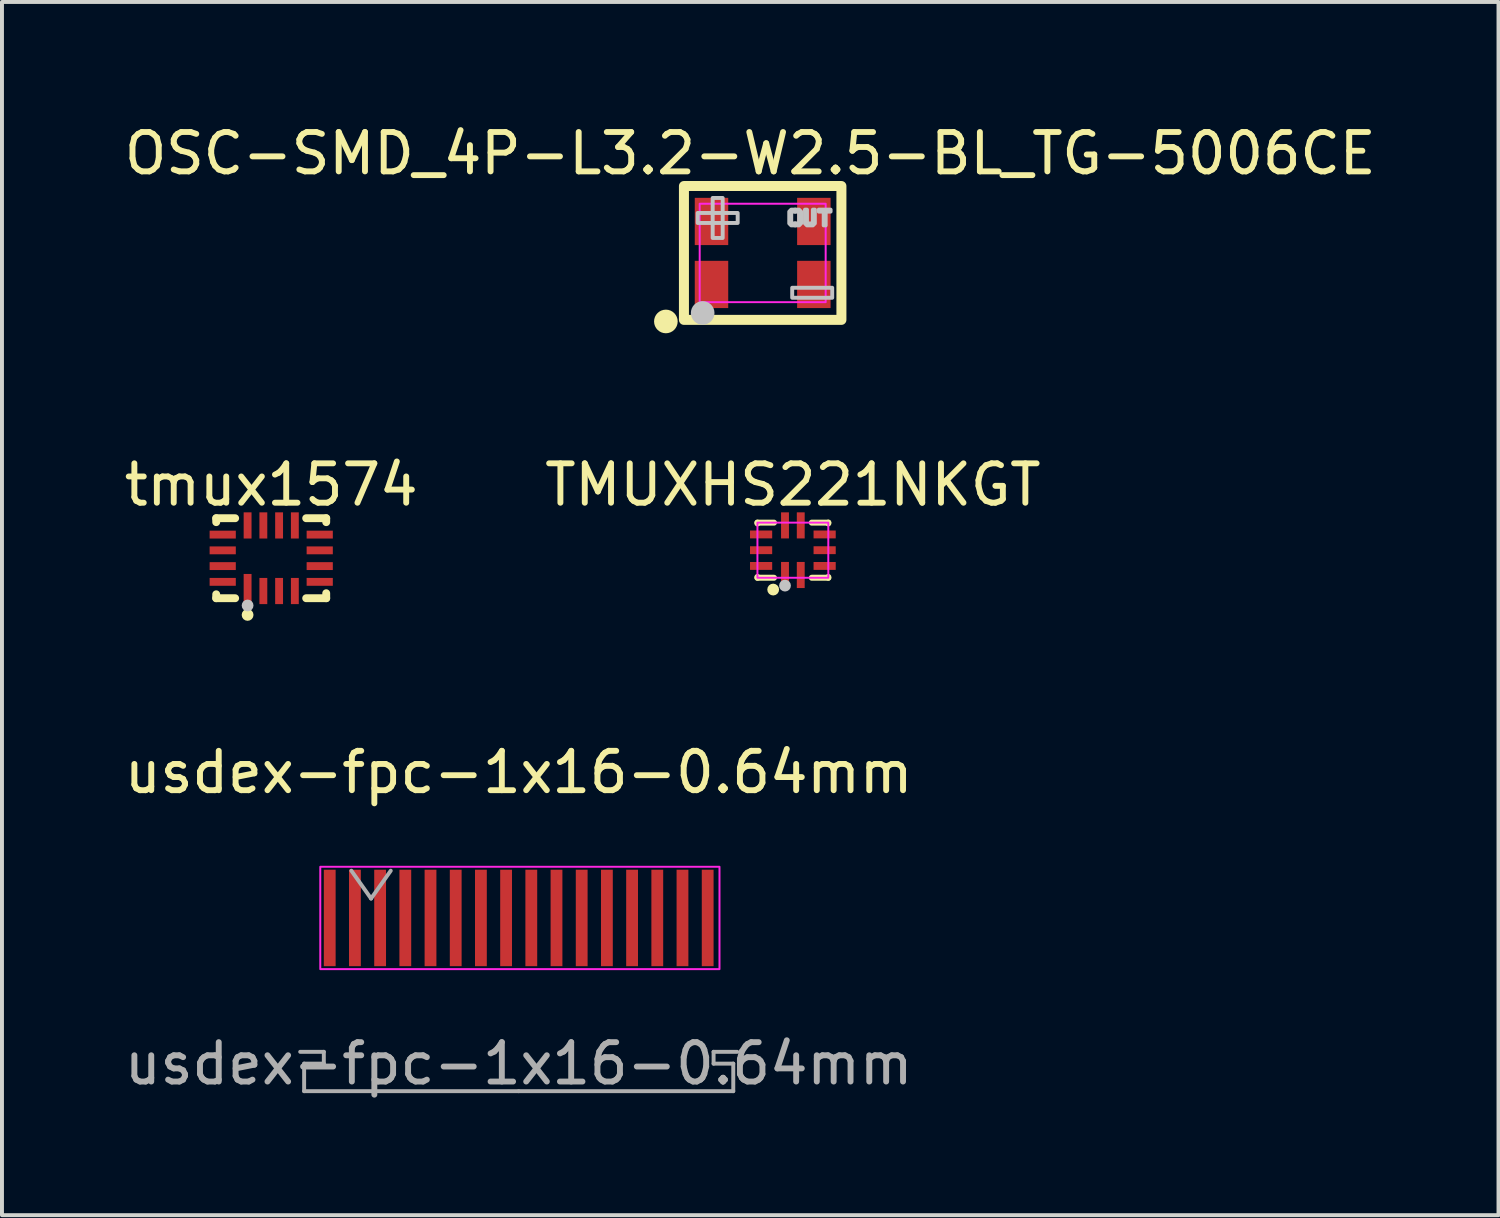
<source format=kicad_pcb>
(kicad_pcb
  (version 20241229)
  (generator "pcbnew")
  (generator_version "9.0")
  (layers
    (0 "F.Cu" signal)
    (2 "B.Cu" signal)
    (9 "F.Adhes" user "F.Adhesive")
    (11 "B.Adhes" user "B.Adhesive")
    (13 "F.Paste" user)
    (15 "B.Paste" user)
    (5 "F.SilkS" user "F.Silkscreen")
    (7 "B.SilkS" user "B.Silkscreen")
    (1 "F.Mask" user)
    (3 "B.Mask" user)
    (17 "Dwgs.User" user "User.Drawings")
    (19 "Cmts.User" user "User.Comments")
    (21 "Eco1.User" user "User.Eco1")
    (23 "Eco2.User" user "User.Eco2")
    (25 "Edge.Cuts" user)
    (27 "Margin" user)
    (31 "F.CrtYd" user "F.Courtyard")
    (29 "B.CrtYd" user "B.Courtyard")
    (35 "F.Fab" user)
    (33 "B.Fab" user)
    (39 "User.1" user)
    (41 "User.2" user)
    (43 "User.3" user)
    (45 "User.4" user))
  (footprint "OSC-SMD_4P-L3.2-W2.5-BL_TG-5006CE"
    (layer "F.Cu")
    (at 16.322 3.375)
    (property "Reference" "OSC-SMD_4P-L3.2-W2.5-BL_TG-5006CE" (at -0.316 -2.527 0) (layer "F.SilkS") (effects (font (size 1 1) (thickness 0.15))))
    (fp_rect (start -2 -1.7) (end 2 1.7) (stroke (width 0.254) (type default)) (fill no) (layer "F.SilkS"))
    (fp_arc (start -2.4575 1.59) (mid -2.45825 1.890003) (end -2.46 1.59) (stroke (width 0.3) (type default)) (layer "F.SilkS"))
    (fp_circle (center -1.524 1.524) (end -1.374 1.524) (stroke (width 0.3) (type default)) (fill no) (layer "Dwgs.User"))
    (fp_poly (pts (xy 1.425 -1.1) (xy 1.725 -1.1) (xy 1.725 -1.05) (xy 1.425 -1.05)) (stroke (width 0.1) (type default)) (fill no) (layer "Dwgs.User"))
    (fp_poly (pts (xy 1.55 -1.05) (xy 1.55 -0.7) (xy 1.6 -0.7) (xy 1.6 -1.05)) (stroke (width 0.1) (type default)) (fill no) (layer "Dwgs.User"))
    (fp_poly (pts (xy -1.524 -1.016) (xy -0.635 -1.016) (xy -0.635 -0.889) (xy -0.635 -0.762) (xy -1.651 -0.762) (xy -1.651 -1.016)) (stroke (width 0.1) (type default)) (fill no) (layer "Dwgs.User"))
    (fp_poly (pts (xy -1.27 -0.508) (xy -1.27 -1.397) (xy -1.143 -1.397) (xy -1.016 -1.397) (xy -1.016 -0.381) (xy -1.27 -0.381)) (stroke (width 0.1) (type default)) (fill no) (layer "Dwgs.User"))
    (fp_poly (pts (xy 0.876 0.884) (xy 1.766 0.884) (xy 1.766 1.011) (xy 1.766 1.138) (xy 0.75 1.138) (xy 0.75 0.884)) (stroke (width 0.1) (type default)) (fill no) (layer "Dwgs.User"))
    (fp_poly (pts (xy 1.075 -1.1) (xy 1.075 -0.75) (xy 1.125 -0.7) (xy 1.275 -0.7) (xy 1.325 -0.75) (xy 1.325 -1.1) (xy 1.275 -1.1) (xy 1.275 -0.75) (xy 1.125 -0.75) (xy 1.125 -1.1)) (stroke (width 0.1) (type default)) (fill no) (layer "Dwgs.User"))
    (fp_poly (pts (xy 0.725 -1.1) (xy 0.675 -1.05) (xy 0.675 -0.85) (xy 0.675 -0.75) (xy 0.725 -0.7) (xy 0.775 -0.7) (xy 0.825 -0.7) (xy 0.825 -0.75) (xy 0.725 -0.75) (xy 0.725 -1) (xy 0.725 -1.05) (xy 0.825 -1.05) (xy 0.825 -1.1)) (stroke (width 0.1) (type default)) (fill no) (layer "Dwgs.User"))
    (fp_poly (pts (xy 0.925 -0.7) (xy 0.975 -0.75) (xy 0.975 -0.95) (xy 0.975 -1.05) (xy 0.925 -1.1) (xy 0.875 -1.1) (xy 0.825 -1.1) (xy 0.825 -1.05) (xy 0.925 -1.05) (xy 0.925 -0.8) (xy 0.925 -0.75) (xy 0.825 -0.75) (xy 0.825 -0.7)) (stroke (width 0.1) (type default)) (fill no) (layer "Dwgs.User"))
    (fp_rect (start -1.6 -1.25) (end 1.6 1.25) (stroke (width 0.05) (type solid)) (fill no) (layer "F.CrtYd"))
    (fp_poly (pts (xy -1.6 1.1) (arc (start -1.58 1.1) (mid -1.473934 1.143934) (end -1.43 1.25)) (xy -1.33 1.25) (xy -1.36 1.17) (xy -0.94 1.17) (xy -0.94 0.92) (xy -1.13 0.92) (arc (start -1.16 0.92) (mid -1.251924 0.881924) (end -1.29 0.79)) (xy -1.29 0.53) (xy -1.53 0.73) (xy -1.53 1.04) (xy -1.6 1.01)) (stroke (width 0.1) (type default)) (fill no) (layer "User.1"))
    (fp_poly (pts (xy -1.43 -1.25) (xy -1.34 -1.25) (xy -1.36 -1.18) (xy -0.93 -1.18) (xy -0.93 -0.93) (arc (start -1.18 -0.93) (mid -1.257782 -0.897782) (end -1.29 -0.82)) (xy -1.29 -0.78) (xy -1.29 -0.52) (xy -1.53 -0.52) (xy -1.53 -1.05) (xy -1.6 -1.02) (xy -1.6 -1.11) (arc (start -1.58 -1.11) (mid -1.481005 -1.151005) (end -1.44 -1.25))) (stroke (width 0.1) (type default)) (fill no) (layer "User.1"))
    (fp_poly (pts (xy 1.43 -1.25) (xy 1.34 -1.25) (xy 1.36 -1.18) (xy 0.93 -1.18) (xy 0.93 -0.93) (arc (start 1.18 -0.93) (mid 1.257782 -0.897782) (end 1.29 -0.82)) (xy 1.29 -0.78) (xy 1.29 -0.52) (xy 1.53 -0.52) (xy 1.53 -1.05) (xy 1.6 -1.02) (xy 1.6 -1.11) (arc (start 1.58 -1.11) (mid 1.481005 -1.151005) (end 1.44 -1.25))) (stroke (width 0.1) (type default)) (fill no) (layer "User.1"))
    (fp_poly (pts (xy 1.43 1.25) (xy 1.34 1.25) (xy 1.36 1.18) (xy 0.93 1.18) (xy 0.93 0.93) (arc (start 1.18 0.93) (mid 1.257782 0.897782) (end 1.29 0.82)) (xy 1.29 0.78) (xy 1.29 0.52) (xy 1.53 0.52) (xy 1.53 1.05) (xy 1.6 1.02) (xy 1.6 1.11) (arc (start 1.58 1.11) (mid 1.481005 1.151005) (end 1.44 1.25))) (stroke (width 0.1) (type default)) (fill no) (layer "User.1"))
    (fp_line (start -1.6 -1.25) (end 1.6 -1.25) (stroke (width 0.051) (type default)) (layer "User.2"))
    (fp_line (start -1.6 1.25) (end -1.6 -1.25) (stroke (width 0.051) (type default)) (layer "User.2"))
    (fp_line (start 1.6 -1.25) (end 1.6 1.25) (stroke (width 0.051) (type default)) (layer "User.2"))
    (fp_line (start 1.6 1.25) (end -1.6 1.25) (stroke (width 0.051) (type default)) (layer "User.2"))
    (fp_poly (pts (xy -1.545 1.227) (xy -1.577 1.195) (xy -1.623 1.195) (xy -1.655 1.227) (xy -1.655 1.273) (xy -1.623 1.305) (xy -1.577 1.305) (xy -1.545 1.273)) (stroke (width 0.1) (type default)) (fill no) (layer "User.3"))
    (pad "1" smd rect (at -1.3 0.8) (size 0.85 1.2) (layers "F.Cu" "F.Mask" "F.Paste"))
    (pad "2" smd rect (at 1.3 0.8) (size 0.85 1.2) (layers "F.Cu" "F.Mask" "F.Paste"))
    (pad "3" smd rect (at 1.3 -0.8) (size 0.85 1.2) (layers "F.Cu" "F.Mask" "F.Paste"))
    (pad "4" smd rect (at -1.3 -0.8) (size 0.85 1.2) (layers "F.Cu" "F.Mask" "F.Paste")))
  (footprint "tmux1574"
    (layer "F.Cu")
    (at 3.839 11.129)
    (property "Reference" "tmux1574" (at 0 -1.865 0) (layer "F.SilkS") (effects (font (size 1 1) (thickness 0.15))))
    (fp_line (start -1.397 -1.016) (end -1.397 -0.916) (stroke (width 0.2) (type default)) (layer "F.SilkS"))
    (fp_line (start -1.397 0.916) (end -1.397 1.016) (stroke (width 0.2) (type default)) (layer "F.SilkS"))
    (fp_line (start -1.397 1.016) (end -0.916 1.016) (stroke (width 0.2) (type default)) (layer "F.SilkS"))
    (fp_line (start -0.916 -1.016) (end -1.397 -1.016) (stroke (width 0.2) (type default)) (layer "F.SilkS"))
    (fp_line (start 0.888 -1.016) (end 1.397 -1.016) (stroke (width 0.2) (type default)) (layer "F.SilkS"))
    (fp_line (start 1.397 -1.016) (end 1.397 -0.916) (stroke (width 0.2) (type default)) (layer "F.SilkS"))
    (fp_line (start 1.397 0.889) (end 1.397 1.016) (stroke (width 0.2) (type default)) (layer "F.SilkS"))
    (fp_line (start 1.397 1.016) (end 0.888 1.016) (stroke (width 0.2) (type default)) (layer "F.SilkS"))
    (fp_circle (center -0.6 1.44) (end -0.525 1.44) (stroke (width 0.15) (type default)) (fill no) (layer "F.SilkS"))
    (fp_circle (center -0.6 1.2) (end -0.525 1.2) (stroke (width 0.15) (type default)) (fill no) (layer "Dwgs.User"))
    (fp_poly (pts (xy -0.9 -0.5) (xy -0.9 -0.7) (xy -1.3 -0.7) (xy -1.3 -0.5)) (stroke (width 0.1) (type default)) (fill no) (layer "User.1"))
    (fp_poly (pts (xy -0.9 -0.1) (xy -0.9 -0.3) (xy -1.3 -0.3) (xy -1.3 -0.1)) (stroke (width 0.1) (type default)) (fill no) (layer "User.1"))
    (fp_poly (pts (xy -0.9 0.3) (xy -0.9 0.1) (xy -1.3 0.1) (xy -1.3 0.3)) (stroke (width 0.1) (type default)) (fill no) (layer "User.1"))
    (fp_poly (pts (xy -0.9 0.7) (xy -0.9 0.5) (xy -1.3 0.5) (xy -1.3 0.7)) (stroke (width 0.1) (type default)) (fill no) (layer "User.1"))
    (fp_poly (pts (xy -0.701 -0.9) (xy -0.701 -0.5) (xy -0.5 -0.5) (xy -0.5 -0.9)) (stroke (width 0.1) (type default)) (fill no) (layer "User.1"))
    (fp_poly (pts (xy -0.701 0.9) (xy -0.5 0.9) (xy -0.5 0.4) (xy -0.701 0.4)) (stroke (width 0.1) (type default)) (fill no) (layer "User.1"))
    (fp_poly (pts (xy -0.3 -0.9) (xy -0.3 -0.5) (xy -0.101 -0.5) (xy -0.101 -0.9)) (stroke (width 0.1) (type default)) (fill no) (layer "User.1"))
    (fp_poly (pts (xy -0.3 0.9) (xy -0.3 0.5) (xy -0.101 0.5) (xy -0.101 0.9)) (stroke (width 0.1) (type default)) (fill no) (layer "User.1"))
    (fp_poly (pts (xy 0.1 -0.9) (xy 0.1 -0.5) (xy 0.299 -0.5) (xy 0.299 -0.9)) (stroke (width 0.1) (type default)) (fill no) (layer "User.1"))
    (fp_poly (pts (xy 0.1 0.9) (xy 0.1 0.5) (xy 0.299 0.5) (xy 0.299 0.9)) (stroke (width 0.1) (type default)) (fill no) (layer "User.1"))
    (fp_poly (pts (xy 0.499 -0.9) (xy 0.499 -0.5) (xy 0.7 -0.5) (xy 0.7 -0.9)) (stroke (width 0.1) (type default)) (fill no) (layer "User.1"))
    (fp_poly (pts (xy 0.499 0.9) (xy 0.499 0.5) (xy 0.7 0.5) (xy 0.7 0.9)) (stroke (width 0.1) (type default)) (fill no) (layer "User.1"))
    (fp_poly (pts (xy 0.899 -0.5) (xy 0.899 -0.7) (xy 1.3 -0.7) (xy 1.3 -0.5)) (stroke (width 0.1) (type default)) (fill no) (layer "User.1"))
    (fp_poly (pts (xy 0.899 -0.1) (xy 0.899 -0.3) (xy 1.3 -0.3) (xy 1.3 -0.1)) (stroke (width 0.1) (type default)) (fill no) (layer "User.1"))
    (fp_poly (pts (xy 0.899 0.3) (xy 0.899 0.1) (xy 1.3 0.1) (xy 1.3 0.3)) (stroke (width 0.1) (type default)) (fill no) (layer "User.1"))
    (fp_poly (pts (xy 0.899 0.7) (xy 0.899 0.5) (xy 1.3 0.5) (xy 1.3 0.7)) (stroke (width 0.1) (type default)) (fill no) (layer "User.1"))
    (fp_line (start -1.3 -0.9) (end 1.3 -0.9) (stroke (width 0.051) (type default)) (layer "User.2"))
    (fp_line (start -1.3 0.9) (end -1.3 -0.9) (stroke (width 0.051) (type default)) (layer "User.2"))
    (fp_line (start 1.3 -0.9) (end 1.3 0.9) (stroke (width 0.051) (type default)) (layer "User.2"))
    (fp_line (start 1.3 0.9) (end -1.3 0.9) (stroke (width 0.051) (type default)) (layer "User.2"))
    (fp_poly (pts (xy -1.245 0.877) (xy -1.277 0.845) (xy -1.323 0.845) (xy -1.355 0.877) (xy -1.355 0.923) (xy -1.323 0.955) (xy -1.277 0.955) (xy -1.245 0.923)) (stroke (width 0.1) (type default)) (fill no) (layer "User.3"))
    (pad "1" smd rect (at -0.6 0.782) (size 0.2 0.765) (layers "F.Cu" "F.Mask" "F.Paste"))
    (pad "2" smd rect (at -0.2 0.833) (size 0.2 0.665) (layers "F.Cu" "F.Mask" "F.Paste"))
    (pad "3" smd rect (at 0.2 0.833) (size 0.2 0.665) (layers "F.Cu" "F.Mask" "F.Paste"))
    (pad "4" smd rect (at 0.6 0.833) (size 0.2 0.665) (layers "F.Cu" "F.Mask" "F.Paste"))
    (pad "5" smd rect (at 1.232 0.6) (size 0.665 0.2) (layers "F.Cu" "F.Mask" "F.Paste"))
    (pad "6" smd rect (at 1.232 0.2) (size 0.665 0.2) (layers "F.Cu" "F.Mask" "F.Paste"))
    (pad "7" smd rect (at 1.232 -0.2) (size 0.665 0.2) (layers "F.Cu" "F.Mask" "F.Paste"))
    (pad "8" smd rect (at 1.232 -0.6) (size 0.665 0.2) (layers "F.Cu" "F.Mask" "F.Paste"))
    (pad "9" smd rect (at 0.6 -0.833) (size 0.2 0.665) (layers "F.Cu" "F.Mask" "F.Paste"))
    (pad "10" smd rect (at 0.2 -0.833) (size 0.2 0.665) (layers "F.Cu" "F.Mask" "F.Paste"))
    (pad "11" smd rect (at -0.2 -0.833) (size 0.2 0.665) (layers "F.Cu" "F.Mask" "F.Paste"))
    (pad "12" smd rect (at -0.6 -0.833) (size 0.2 0.665) (layers "F.Cu" "F.Mask" "F.Paste"))
    (pad "13" smd rect (at -1.232 -0.6) (size 0.665 0.2) (layers "F.Cu" "F.Mask" "F.Paste"))
    (pad "14" smd rect (at -1.232 -0.2) (size 0.665 0.2) (layers "F.Cu" "F.Mask" "F.Paste"))
    (pad "15" smd rect (at -1.232 0.2) (size 0.665 0.2) (layers "F.Cu" "F.Mask" "F.Paste"))
    (pad "16" smd rect (at -1.232 0.6) (size 0.665 0.2) (layers "F.Cu" "F.Mask" "F.Paste")))
  (footprint "TMUXHS221NKGT"
    (layer "F.Cu")
    (at 17.089 10.925)
    (property "Reference" "TMUXHS221NKGT" (at 0 -1.661 0) (layer "F.SilkS") (effects (font (size 1 1) (thickness 0.15))))
    (fp_line (start -0.9 -0.7) (end -0.9 -0.68) (stroke (width 0.152) (type default)) (layer "F.SilkS"))
    (fp_line (start -0.9 0.68) (end -0.9 0.7) (stroke (width 0.152) (type default)) (layer "F.SilkS"))
    (fp_line (start -0.9 0.7) (end -0.48 0.7) (stroke (width 0.152) (type default)) (layer "F.SilkS"))
    (fp_line (start -0.48 -0.7) (end -0.9 -0.7) (stroke (width 0.152) (type default)) (layer "F.SilkS"))
    (fp_line (start 0.48 0.7) (end 0.9 0.7) (stroke (width 0.152) (type default)) (layer "F.SilkS"))
    (fp_line (start 0.9 -0.7) (end 0.48 -0.7) (stroke (width 0.152) (type default)) (layer "F.SilkS"))
    (fp_line (start 0.9 -0.68) (end 0.9 -0.7) (stroke (width 0.152) (type default)) (layer "F.SilkS"))
    (fp_line (start 0.9 0.7) (end 0.9 0.68) (stroke (width 0.152) (type default)) (layer "F.SilkS"))
    (fp_circle (center -0.5 1) (end -0.425 1) (stroke (width 0.15) (type default)) (fill no) (layer "F.SilkS"))
    (fp_circle (center -0.2 0.9) (end -0.125 0.9) (stroke (width 0.15) (type default)) (fill no) (layer "Dwgs.User"))
    (fp_rect (start -0.9 -0.7) (end 0.9 0.7) (stroke (width 0.05) (type default)) (fill no) (layer "F.CrtYd"))
    (fp_poly (pts (xy -0.9 -0.5) (xy -0.5 -0.5) (xy -0.5 -0.3) (xy -0.9 -0.3)) (stroke (width 0.1) (type default)) (fill no) (layer "User.1"))
    (fp_poly (pts (xy -0.9 -0.1) (xy -0.5 -0.1) (xy -0.5 0.1) (xy -0.9 0.1)) (stroke (width 0.1) (type default)) (fill no) (layer "User.1"))
    (fp_poly (pts (xy -0.9 0.3) (xy -0.5 0.3) (xy -0.5 0.5) (xy -0.9 0.5)) (stroke (width 0.1) (type default)) (fill no) (layer "User.1"))
    (fp_poly (pts (xy -0.3 -0.7) (xy -0.3 -0.3) (xy -0.1 -0.3) (xy -0.1 -0.7)) (stroke (width 0.1) (type default)) (fill no) (layer "User.1"))
    (fp_poly (pts (xy -0.3 0.7) (xy -0.3 0.3) (xy -0.1 0.3) (xy -0.1 0.7)) (stroke (width 0.1) (type default)) (fill no) (layer "User.1"))
    (fp_poly (pts (xy 0.1 -0.7) (xy 0.1 -0.3) (xy 0.3 -0.3) (xy 0.3 -0.7)) (stroke (width 0.1) (type default)) (fill no) (layer "User.1"))
    (fp_poly (pts (xy 0.1 0.7) (xy 0.1 0.3) (xy 0.3 0.3) (xy 0.3 0.7)) (stroke (width 0.1) (type default)) (fill no) (layer "User.1"))
    (fp_poly (pts (xy 0.5 -0.5) (xy 0.9 -0.5) (xy 0.9 -0.3) (xy 0.5 -0.3)) (stroke (width 0.1) (type default)) (fill no) (layer "User.1"))
    (fp_poly (pts (xy 0.5 -0.1) (xy 0.9 -0.1) (xy 0.9 0.1) (xy 0.5 0.1)) (stroke (width 0.1) (type default)) (fill no) (layer "User.1"))
    (fp_poly (pts (xy 0.5 0.3) (xy 0.9 0.3) (xy 0.9 0.5) (xy 0.5 0.5)) (stroke (width 0.1) (type default)) (fill no) (layer "User.1"))
    (fp_line (start -0.9 -0.7) (end 0.9 -0.7) (stroke (width 0.051) (type default)) (layer "User.2"))
    (fp_line (start -0.9 0.7) (end -0.9 -0.7) (stroke (width 0.051) (type default)) (layer "User.2"))
    (fp_line (start 0.9 -0.7) (end 0.9 0.7) (stroke (width 0.051) (type default)) (layer "User.2"))
    (fp_line (start 0.9 0.7) (end -0.9 0.7) (stroke (width 0.051) (type default)) (layer "User.2"))
    (fp_poly (pts (xy -0.845 0.677) (xy -0.877 0.645) (xy -0.923 0.645) (xy -0.955 0.677) (xy -0.955 0.723) (xy -0.923 0.755) (xy -0.877 0.755) (xy -0.845 0.723)) (stroke (width 0.1) (type default)) (fill no) (layer "User.3"))
    (pad "1" smd rect (at -0.2 0.63) (size 0.2 0.663) (layers "F.Cu" "F.Mask" "F.Paste"))
    (pad "2" smd rect (at 0.2 0.63) (size 0.2 0.663) (layers "F.Cu" "F.Mask" "F.Paste"))
    (pad "3" smd rect (at 0.807 0.4) (size 0.563 0.2) (layers "F.Cu" "F.Mask" "F.Paste"))
    (pad "4" smd rect (at 0.807 0) (size 0.563 0.2) (layers "F.Cu" "F.Mask" "F.Paste"))
    (pad "5" smd rect (at 0.807 -0.4) (size 0.563 0.2) (layers "F.Cu" "F.Mask" "F.Paste"))
    (pad "6" smd rect (at 0.2 -0.63) (size 0.2 0.663) (layers "F.Cu" "F.Mask" "F.Paste"))
    (pad "7" smd rect (at -0.2 -0.63) (size 0.2 0.663) (layers "F.Cu" "F.Mask" "F.Paste"))
    (pad "8" smd rect (at -0.807 -0.4) (size 0.563 0.2) (layers "F.Cu" "F.Mask" "F.Paste"))
    (pad "9" smd rect (at -0.807 0) (size 0.563 0.2) (layers "F.Cu" "F.Mask" "F.Paste"))
    (pad "10" smd rect (at -0.807 0.4) (size 0.563 0.2) (layers "F.Cu" "F.Mask" "F.Paste")))
  (footprint "usdex-fpc-1x16-0.64mm"
    (layer "F.Cu")
    (at 10.125 20.266)
    (property "Reference" "usdex-fpc-1x16-0.64mm" (at 0 -3.7 0) (layer "F.SilkS") (effects (font (size 1 1) (thickness 0.15))))
    (attr smd)
    (fp_rect (start -5.04 -1.3) (end 5.1 1.3) (stroke (width 0.05) (type solid)) (fill no) (layer "F.CrtYd"))
    (fp_line (start -5.55 3.4) (end -4.95 3.4) (stroke (width 0.1) (type solid)) (layer "F.Fab"))
    (fp_line (start -5.45 3.7) (end -5.45 4.4) (stroke (width 0.1) (type solid)) (layer "F.Fab"))
    (fp_line (start -5.45 4.4) (end 0 4.4) (stroke (width 0.1) (type solid)) (layer "F.Fab"))
    (fp_line (start -4.95 3.4) (end -4.95 3.7) (stroke (width 0.1) (type solid)) (layer "F.Fab"))
    (fp_line (start -4.95 3.7) (end -5.45 3.7) (stroke (width 0.1) (type solid)) (layer "F.Fab"))
    (fp_line (start -4.25 -1.2) (end -3.75 -0.493) (stroke (width 0.1) (type solid)) (layer "F.Fab"))
    (fp_line (start -3.75 -0.493) (end -3.25 -1.2) (stroke (width 0.1) (type solid)) (layer "F.Fab"))
    (fp_line (start 4.95 3.4) (end 4.95 3.7) (stroke (width 0.1) (type solid)) (layer "F.Fab"))
    (fp_line (start 4.95 3.7) (end 5.45 3.7) (stroke (width 0.1) (type solid)) (layer "F.Fab"))
    (fp_line (start 5.45 3.7) (end 5.45 4.4) (stroke (width 0.1) (type solid)) (layer "F.Fab"))
    (fp_line (start 5.45 4.4) (end 0 4.4) (stroke (width 0.1) (type solid)) (layer "F.Fab"))
    (fp_line (start 5.55 3.4) (end 4.95 3.4) (stroke (width 0.1) (type solid)) (layer "F.Fab"))
    (fp_text user "${REFERENCE}" (at 0 3.7 0) (layer "F.Fab") (effects (font (size 1 1) (thickness 0.15))))
    (pad "1" smd rect (at -4.8 0) (size 0.3 2.45) (layers "F.Cu" "F.Mask" "F.Paste"))
    (pad "2" smd rect (at -4.16 0) (size 0.3 2.45) (layers "F.Cu" "F.Mask" "F.Paste"))
    (pad "3" smd rect (at -3.52 0) (size 0.3 2.45) (layers "F.Cu" "F.Mask" "F.Paste"))
    (pad "4" smd rect (at -2.88 0) (size 0.3 2.45) (layers "F.Cu" "F.Mask" "F.Paste"))
    (pad "5" smd rect (at -2.24 0) (size 0.3 2.45) (layers "F.Cu" "F.Mask" "F.Paste"))
    (pad "6" smd rect (at -1.6 0) (size 0.3 2.45) (layers "F.Cu" "F.Mask" "F.Paste"))
    (pad "7" smd rect (at -0.96 0) (size 0.3 2.45) (layers "F.Cu" "F.Mask" "F.Paste"))
    (pad "8" smd rect (at -0.32 0) (size 0.3 2.45) (layers "F.Cu" "F.Mask" "F.Paste"))
    (pad "9" smd rect (at 0.32 0) (size 0.3 2.45) (layers "F.Cu" "F.Mask" "F.Paste"))
    (pad "10" smd rect (at 0.96 0) (size 0.3 2.45) (layers "F.Cu" "F.Mask" "F.Paste"))
    (pad "11" smd rect (at 1.6 0) (size 0.3 2.45) (layers "F.Cu" "F.Mask" "F.Paste"))
    (pad "12" smd rect (at 2.24 0) (size 0.3 2.45) (layers "F.Cu" "F.Mask" "F.Paste"))
    (pad "13" smd rect (at 2.88 0) (size 0.3 2.45) (layers "F.Cu" "F.Mask" "F.Paste"))
    (pad "14" smd rect (at 3.52 0) (size 0.3 2.45) (layers "F.Cu" "F.Mask" "F.Paste"))
    (pad "15" smd rect (at 4.16 0) (size 0.3 2.45) (layers "F.Cu" "F.Mask" "F.Paste"))
    (pad "16" smd rect (at 4.8 0) (size 0.3 2.45) (layers "F.Cu" "F.Mask" "F.Paste")))
  (gr_rect
    (start -3 -3)
    (end 35.012 27.815)
    (stroke (width 0.1) (type default))
    (fill no)
    (layer "Edge.Cuts")))
</source>
